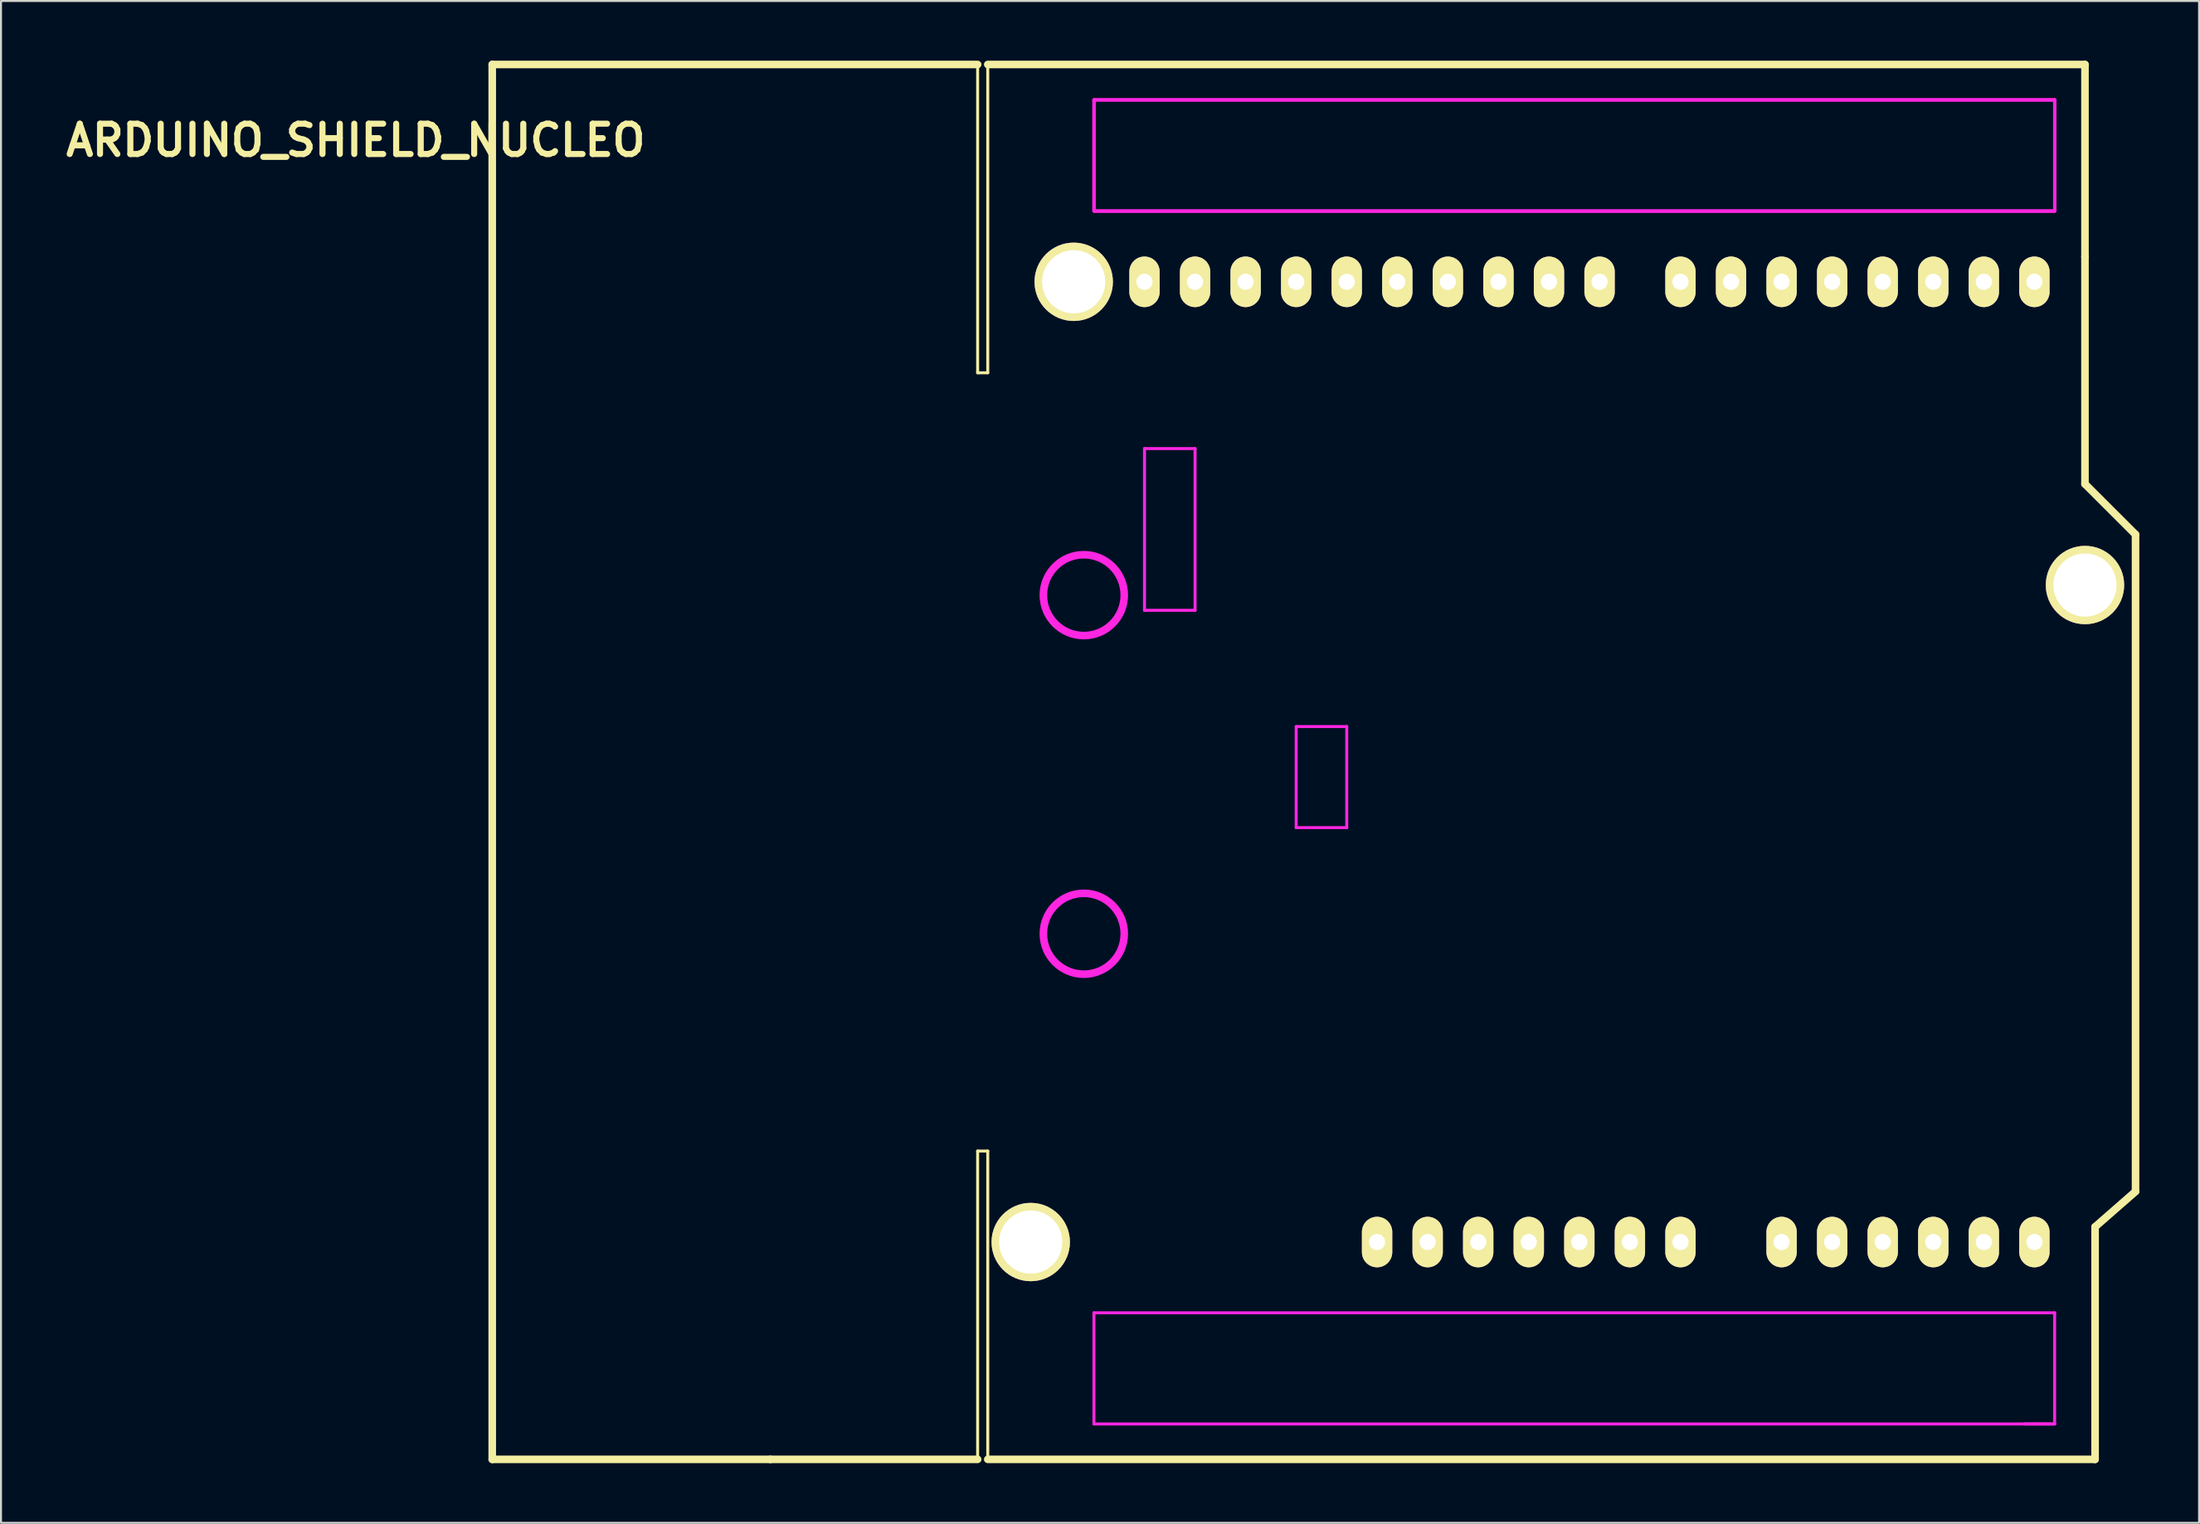
<source format=kicad_pcb>
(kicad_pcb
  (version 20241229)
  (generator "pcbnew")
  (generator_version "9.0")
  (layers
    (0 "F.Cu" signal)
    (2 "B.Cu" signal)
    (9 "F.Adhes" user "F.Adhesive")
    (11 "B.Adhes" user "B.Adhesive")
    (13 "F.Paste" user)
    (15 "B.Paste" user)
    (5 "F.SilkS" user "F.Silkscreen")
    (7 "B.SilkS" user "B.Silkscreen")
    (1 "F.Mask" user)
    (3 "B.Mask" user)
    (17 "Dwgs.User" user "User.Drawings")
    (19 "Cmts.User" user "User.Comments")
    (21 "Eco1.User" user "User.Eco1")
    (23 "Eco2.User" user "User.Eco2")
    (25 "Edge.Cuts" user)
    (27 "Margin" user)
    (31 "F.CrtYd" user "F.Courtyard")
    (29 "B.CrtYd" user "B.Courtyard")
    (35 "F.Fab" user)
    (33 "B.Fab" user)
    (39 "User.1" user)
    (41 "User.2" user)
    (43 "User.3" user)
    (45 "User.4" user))
  (footprint "ARDUINO_SHIELD_NUCLEO"
    (layer "F.Cu")
    (at 35.647 61.913)
    (property "Reference" "ARDUINO_SHIELD_NUCLEO" (at -20.828 -57.912 0) (layer "F.SilkS") (effects (font (size 1.524 1.524) (thickness 0.305))))
    (attr through_hole)
    (fp_line (start -13.97 -61.722) (end -13.97 8.382) (stroke (width 0.381) (type solid)) (layer "F.SilkS"))
    (fp_line (start -13.97 -61.722) (end 10.414 -61.722) (stroke (width 0.381) (type solid)) (layer "F.SilkS"))
    (fp_line (start 0 8.382) (end -13.97 8.382) (stroke (width 0.381) (type solid)) (layer "F.SilkS"))
    (fp_line (start 10.414 -46.228) (end 10.414 -61.722) (stroke (width 0.15) (type solid)) (layer "F.SilkS"))
    (fp_line (start 10.414 -7.112) (end 10.414 8.382) (stroke (width 0.15) (type solid)) (layer "F.SilkS"))
    (fp_line (start 10.414 8.382) (end 0 8.382) (stroke (width 0.381) (type solid)) (layer "F.SilkS"))
    (fp_line (start 10.922 -61.722) (end 10.922 -46.228) (stroke (width 0.15) (type solid)) (layer "F.SilkS"))
    (fp_line (start 10.922 -61.722) (end 66.04 -61.722) (stroke (width 0.381) (type solid)) (layer "F.SilkS"))
    (fp_line (start 10.922 -46.228) (end 10.414 -46.228) (stroke (width 0.15) (type solid)) (layer "F.SilkS"))
    (fp_line (start 10.922 -7.112) (end 10.414 -7.112) (stroke (width 0.15) (type solid)) (layer "F.SilkS"))
    (fp_line (start 10.922 8.382) (end 10.922 -7.112) (stroke (width 0.15) (type solid)) (layer "F.SilkS"))
    (fp_line (start 66.04 -52.07) (end 66.04 -61.722) (stroke (width 0.381) (type solid)) (layer "F.SilkS"))
    (fp_line (start 66.04 -40.64) (end 66.04 -52.07) (stroke (width 0.381) (type solid)) (layer "F.SilkS"))
    (fp_line (start 66.04 -40.64) (end 68.58 -38.1) (stroke (width 0.381) (type solid)) (layer "F.SilkS"))
    (fp_line (start 66.548 -3.302) (end 68.58 -5.08) (stroke (width 0.381) (type solid)) (layer "F.SilkS"))
    (fp_line (start 66.548 8.382) (end 10.922 8.382) (stroke (width 0.381) (type solid)) (layer "F.SilkS"))
    (fp_line (start 66.548 8.382) (end 66.548 -3.302) (stroke (width 0.381) (type solid)) (layer "F.SilkS"))
    (fp_line (start 68.58 -38.1) (end 68.58 -5.08) (stroke (width 0.381) (type solid)) (layer "F.SilkS"))
    (fp_line (start 16.256 -54.356) (end 16.256 -59.944) (stroke (width 0.15) (type solid)) (layer "F.CrtYd"))
    (fp_line (start 16.256 -54.356) (end 16.256 -59.944) (stroke (width 0.15) (type solid)) (layer "F.CrtYd"))
    (fp_line (start 16.256 -54.356) (end 16.256 -59.944) (stroke (width 0.15) (type solid)) (layer "F.CrtYd"))
    (fp_line (start 16.256 -54.356) (end 16.256 -59.944) (stroke (width 0.15) (type solid)) (layer "F.CrtYd"))
    (fp_line (start 16.256 1.016) (end 16.256 6.604) (stroke (width 0.15) (type solid)) (layer "F.CrtYd"))
    (fp_line (start 16.256 6.604) (end 64.516 6.604) (stroke (width 0.15) (type solid)) (layer "F.CrtYd"))
    (fp_line (start 18.796 -42.418) (end 18.796 -34.29) (stroke (width 0.15) (type solid)) (layer "F.CrtYd"))
    (fp_line (start 18.796 -34.29) (end 21.336 -34.29) (stroke (width 0.15) (type solid)) (layer "F.CrtYd"))
    (fp_line (start 21.336 -42.418) (end 18.796 -42.418) (stroke (width 0.15) (type solid)) (layer "F.CrtYd"))
    (fp_line (start 21.336 -34.29) (end 21.336 -42.418) (stroke (width 0.15) (type solid)) (layer "F.CrtYd"))
    (fp_line (start 26.416 -28.448) (end 28.956 -28.448) (stroke (width 0.15) (type solid)) (layer "F.CrtYd"))
    (fp_line (start 26.416 -23.368) (end 26.416 -28.448) (stroke (width 0.15) (type solid)) (layer "F.CrtYd"))
    (fp_line (start 28.956 -28.448) (end 28.956 -23.368) (stroke (width 0.15) (type solid)) (layer "F.CrtYd"))
    (fp_line (start 28.956 -23.368) (end 26.416 -23.368) (stroke (width 0.15) (type solid)) (layer "F.CrtYd"))
    (fp_line (start 64.516 -59.944) (end 16.256 -59.944) (stroke (width 0.15) (type solid)) (layer "F.CrtYd"))
    (fp_line (start 64.516 -59.944) (end 16.256 -59.944) (stroke (width 0.15) (type solid)) (layer "F.CrtYd"))
    (fp_line (start 64.516 -59.944) (end 16.256 -59.944) (stroke (width 0.15) (type solid)) (layer "F.CrtYd"))
    (fp_line (start 64.516 -59.944) (end 16.256 -59.944) (stroke (width 0.15) (type solid)) (layer "F.CrtYd"))
    (fp_line (start 64.516 -58.928) (end 64.516 -59.944) (stroke (width 0.15) (type solid)) (layer "F.CrtYd"))
    (fp_line (start 64.516 -58.928) (end 64.516 -59.944) (stroke (width 0.15) (type solid)) (layer "F.CrtYd"))
    (fp_line (start 64.516 -58.928) (end 64.516 -59.944) (stroke (width 0.15) (type solid)) (layer "F.CrtYd"))
    (fp_line (start 64.516 -58.928) (end 64.516 -59.944) (stroke (width 0.15) (type solid)) (layer "F.CrtYd"))
    (fp_line (start 64.516 -54.356) (end 16.256 -54.356) (stroke (width 0.15) (type solid)) (layer "F.CrtYd"))
    (fp_line (start 64.516 -54.356) (end 16.256 -54.356) (stroke (width 0.15) (type solid)) (layer "F.CrtYd"))
    (fp_line (start 64.516 -54.356) (end 16.256 -54.356) (stroke (width 0.15) (type solid)) (layer "F.CrtYd"))
    (fp_line (start 64.516 -54.356) (end 16.256 -54.356) (stroke (width 0.15) (type solid)) (layer "F.CrtYd"))
    (fp_line (start 64.516 -54.356) (end 64.516 -58.928) (stroke (width 0.15) (type solid)) (layer "F.CrtYd"))
    (fp_line (start 64.516 -54.356) (end 64.516 -58.928) (stroke (width 0.15) (type solid)) (layer "F.CrtYd"))
    (fp_line (start 64.516 -54.356) (end 64.516 -58.928) (stroke (width 0.15) (type solid)) (layer "F.CrtYd"))
    (fp_line (start 64.516 -54.356) (end 64.516 -58.928) (stroke (width 0.15) (type solid)) (layer "F.CrtYd"))
    (fp_line (start 64.516 1.016) (end 16.256 1.016) (stroke (width 0.15) (type solid)) (layer "F.CrtYd"))
    (fp_line (start 64.516 6.604) (end 62.992 6.604) (stroke (width 0.15) (type solid)) (layer "F.CrtYd"))
    (fp_line (start 64.516 6.604) (end 64.516 1.016) (stroke (width 0.15) (type solid)) (layer "F.CrtYd"))
    (fp_circle (center 15.748 -35.052) (end 17.78 -35.052) (stroke (width 0.381) (type solid)) (fill no) (layer "F.CrtYd"))
    (fp_circle (center 15.748 -18.034) (end 17.78 -18.034) (stroke (width 0.381) (type solid)) (fill no) (layer "F.CrtYd"))
    (pad "" thru_hole circle (at 13.081 -2.54 90) (size 3.937 3.937) (drill 3.175) (layers "*.Cu" "*.Mask" "F.SilkS"))
    (pad "" thru_hole circle (at 15.24 -50.8 90) (size 3.937 3.937) (drill 3.175) (layers "*.Cu" "*.Mask" "F.SilkS"))
    (pad "" thru_hole circle (at 66.04 -35.56 90) (size 3.937 3.937) (drill 3.175) (layers "*.Cu" "*.Mask" "F.SilkS"))
    (pad "3V3" thru_hole oval (at 35.56 -2.54 90) (size 2.54 1.524) (drill 0.813) (layers "*.Cu" "*.Mask" "F.SilkS"))
    (pad "5V" thru_hole oval (at 38.1 -2.54 90) (size 2.54 1.524) (drill 0.813) (layers "*.Cu" "*.Mask" "F.SilkS"))
    (pad "AD0" thru_hole oval (at 50.8 -2.54 90) (size 2.54 1.524) (drill 0.813) (layers "*.Cu" "*.Mask" "F.SilkS"))
    (pad "AD1" thru_hole oval (at 53.34 -2.54 90) (size 2.54 1.524) (drill 0.813) (layers "*.Cu" "*.Mask" "F.SilkS"))
    (pad "AD2" thru_hole oval (at 55.88 -2.54 90) (size 2.54 1.524) (drill 0.813) (layers "*.Cu" "*.Mask" "F.SilkS"))
    (pad "AD3" thru_hole oval (at 58.42 -2.54 90) (size 2.54 1.524) (drill 0.813) (layers "*.Cu" "*.Mask" "F.SilkS"))
    (pad "AD4" thru_hole oval (at 60.96 -2.54 90) (size 2.54 1.524) (drill 0.813) (layers "*.Cu" "*.Mask" "F.SilkS"))
    (pad "AD5" thru_hole oval (at 63.5 -2.54 90) (size 2.54 1.524) (drill 0.813) (layers "*.Cu" "*.Mask" "F.SilkS"))
    (pad "AREF" thru_hole oval (at 23.876 -50.8 90) (size 2.54 1.524) (drill 0.813) (layers "*.Cu" "*.Mask" "F.SilkS"))
    (pad "D0" thru_hole oval (at 63.5 -50.8 90) (size 2.54 1.524) (drill 0.813) (layers "*.Cu" "*.Mask" "F.SilkS"))
    (pad "D1" thru_hole oval (at 60.96 -50.8 90) (size 2.54 1.524) (drill 0.813) (layers "*.Cu" "*.Mask" "F.SilkS"))
    (pad "D2" thru_hole oval (at 58.42 -50.8 90) (size 2.54 1.524) (drill 0.813) (layers "*.Cu" "*.Mask" "F.SilkS"))
    (pad "D3" thru_hole oval (at 55.88 -50.8 90) (size 2.54 1.524) (drill 0.813) (layers "*.Cu" "*.Mask" "F.SilkS"))
    (pad "D4" thru_hole oval (at 53.34 -50.8 90) (size 2.54 1.524) (drill 0.813) (layers "*.Cu" "*.Mask" "F.SilkS"))
    (pad "D5" thru_hole oval (at 50.8 -50.8 90) (size 2.54 1.524) (drill 0.813) (layers "*.Cu" "*.Mask" "F.SilkS"))
    (pad "D6" thru_hole oval (at 48.26 -50.8 90) (size 2.54 1.524) (drill 0.813) (layers "*.Cu" "*.Mask" "F.SilkS"))
    (pad "D7" thru_hole oval (at 45.72 -50.8 90) (size 2.54 1.524) (drill 0.813) (layers "*.Cu" "*.Mask" "F.SilkS"))
    (pad "D8" thru_hole oval (at 41.656 -50.8 90) (size 2.54 1.524) (drill 0.813) (layers "*.Cu" "*.Mask" "F.SilkS"))
    (pad "D9" thru_hole oval (at 39.116 -50.8 90) (size 2.54 1.524) (drill 0.813) (layers "*.Cu" "*.Mask" "F.SilkS"))
    (pad "D10" thru_hole oval (at 36.576 -50.8 90) (size 2.54 1.524) (drill 0.813) (layers "*.Cu" "*.Mask" "F.SilkS"))
    (pad "D11" thru_hole oval (at 34.036 -50.8 90) (size 2.54 1.524) (drill 0.813) (layers "*.Cu" "*.Mask" "F.SilkS"))
    (pad "D12" thru_hole oval (at 31.496 -50.8 90) (size 2.54 1.524) (drill 0.813) (layers "*.Cu" "*.Mask" "F.SilkS"))
    (pad "D13" thru_hole oval (at 28.956 -50.8 90) (size 2.54 1.524) (drill 0.813) (layers "*.Cu" "*.Mask" "F.SilkS"))
    (pad "D14" thru_hole oval (at 21.336 -50.8 90) (size 2.54 1.524) (drill 0.813) (layers "*.Cu" "*.Mask" "F.SilkS"))
    (pad "D15" thru_hole oval (at 18.796 -50.8 90) (size 2.54 1.524) (drill 0.813) (layers "*.Cu" "*.Mask" "F.SilkS"))
    (pad "GND1" thru_hole oval (at 40.64 -2.54 90) (size 2.54 1.524) (drill 0.813) (layers "*.Cu" "*.Mask" "F.SilkS"))
    (pad "GND2" thru_hole oval (at 43.18 -2.54 90) (size 2.54 1.524) (drill 0.813) (layers "*.Cu" "*.Mask" "F.SilkS"))
    (pad "GND3" thru_hole oval (at 26.416 -50.8 90) (size 2.54 1.524) (drill 0.813) (layers "*.Cu" "*.Mask" "F.SilkS"))
    (pad "NC" thru_hole oval (at 30.48 -2.54 90) (size 2.54 1.524) (drill 0.813) (layers "*.Cu" "*.Mask" "F.SilkS"))
    (pad "NRST" thru_hole oval (at 33.02 -2.54 90) (size 2.54 1.524) (drill 0.813) (layers "*.Cu" "*.Mask" "F.SilkS"))
    (pad "V_IN" thru_hole oval (at 45.72 -2.54 90) (size 2.54 1.524) (drill 0.813) (layers "*.Cu" "*.Mask" "F.SilkS")))
  (gr_rect
    (start -3 -3)
    (end 107.418 73.485)
    (stroke (width 0.1) (type default))
    (fill no)
    (layer "Edge.Cuts")))
</source>
